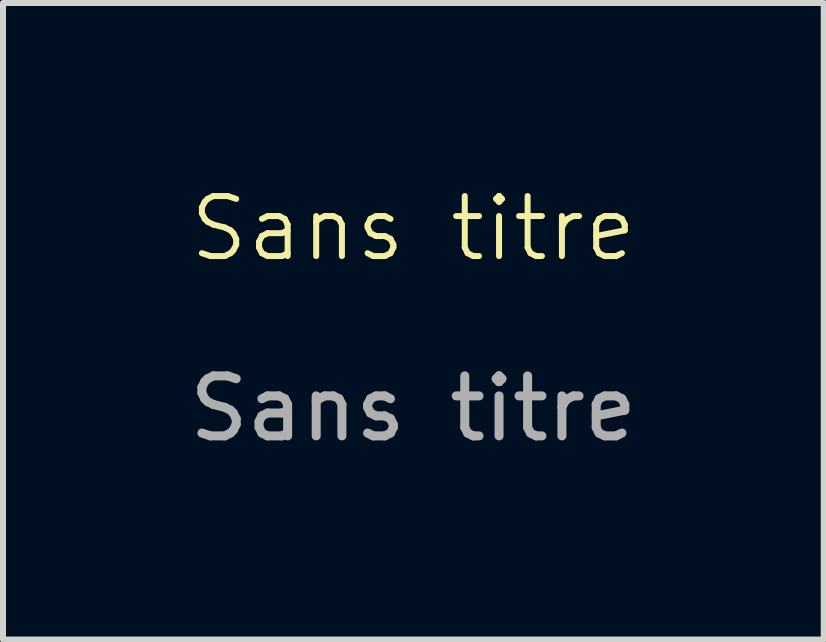
<source format=kicad_pcb>
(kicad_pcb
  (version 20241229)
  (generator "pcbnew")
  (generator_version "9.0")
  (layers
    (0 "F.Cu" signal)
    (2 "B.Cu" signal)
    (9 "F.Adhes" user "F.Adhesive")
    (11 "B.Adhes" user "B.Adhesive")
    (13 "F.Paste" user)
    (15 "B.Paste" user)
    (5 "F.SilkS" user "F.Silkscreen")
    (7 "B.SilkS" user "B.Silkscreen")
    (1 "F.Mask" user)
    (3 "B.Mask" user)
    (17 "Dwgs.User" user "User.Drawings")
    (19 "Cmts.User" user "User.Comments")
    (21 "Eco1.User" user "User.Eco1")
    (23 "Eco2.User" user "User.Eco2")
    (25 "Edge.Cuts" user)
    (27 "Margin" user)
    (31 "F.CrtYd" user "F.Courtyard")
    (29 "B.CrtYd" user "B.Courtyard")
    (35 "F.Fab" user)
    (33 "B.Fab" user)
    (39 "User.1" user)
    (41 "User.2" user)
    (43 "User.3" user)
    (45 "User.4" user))
  (footprint "Sans titre"
    (layer "F.Cu")
    (at 3.839 1.26)
    (property "Reference" "Sans titre" (at 0 -0.5 0) (unlocked yes) (layer "F.SilkS") (effects (font (size 1 1) (thickness 0.1))))
    (attr smd)
    (fp_text user "${REFERENCE}" (at 0 2.5 0) (unlocked yes) (layer "F.Fab") (effects (font (size 1 1) (thickness 0.15)))))
  (gr_rect
    (start -3 -3)
    (end 10.679 7.609)
    (stroke (width 0.1) (type default))
    (fill no)
    (layer "Edge.Cuts")))
</source>
